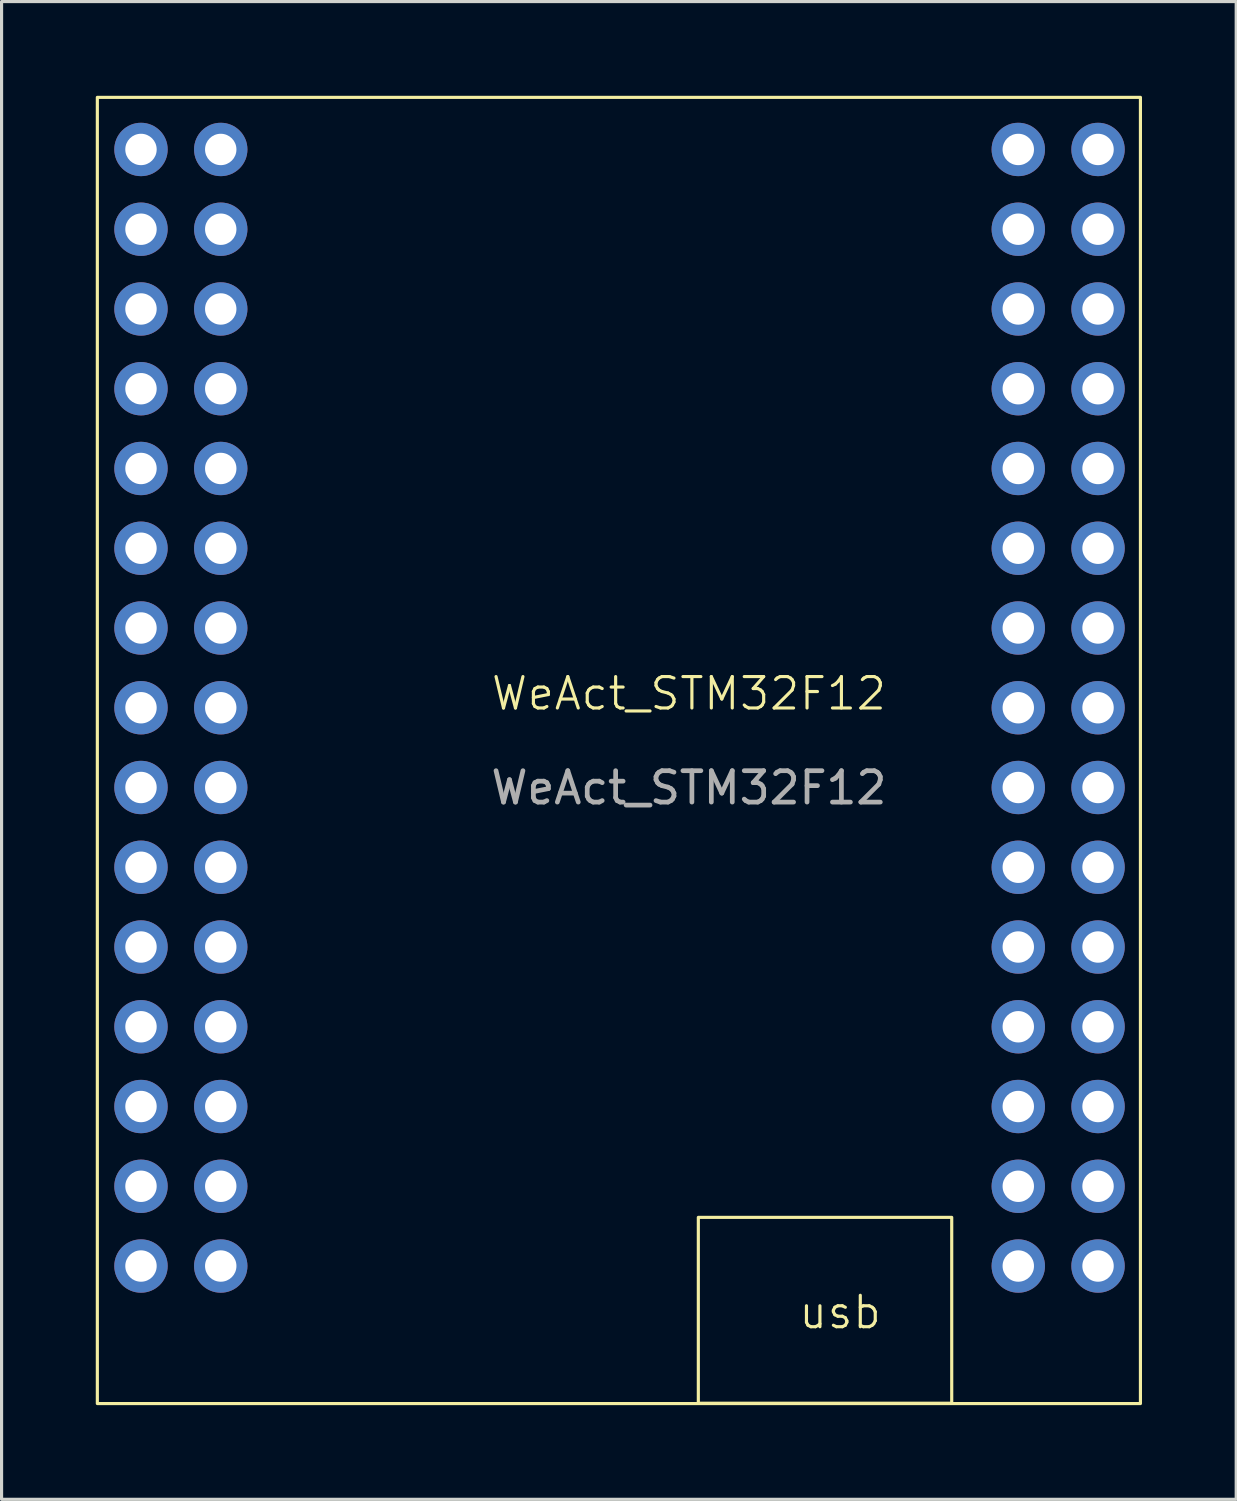
<source format=kicad_pcb>
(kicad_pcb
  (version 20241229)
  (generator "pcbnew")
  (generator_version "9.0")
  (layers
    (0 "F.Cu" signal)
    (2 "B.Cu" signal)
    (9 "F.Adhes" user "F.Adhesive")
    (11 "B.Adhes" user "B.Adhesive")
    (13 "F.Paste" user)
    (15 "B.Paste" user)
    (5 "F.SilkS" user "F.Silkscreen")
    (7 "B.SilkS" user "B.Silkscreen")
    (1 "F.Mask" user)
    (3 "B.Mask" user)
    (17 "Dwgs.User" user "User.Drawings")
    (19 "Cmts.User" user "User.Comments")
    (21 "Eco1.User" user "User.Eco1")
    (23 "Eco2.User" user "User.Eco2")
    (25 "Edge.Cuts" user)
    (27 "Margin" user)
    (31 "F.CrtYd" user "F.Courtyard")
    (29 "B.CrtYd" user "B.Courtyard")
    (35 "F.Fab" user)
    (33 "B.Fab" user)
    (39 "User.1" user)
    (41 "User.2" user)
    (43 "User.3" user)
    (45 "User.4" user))
  (footprint "WeAct_STM32F12"
    (layer "F.Cu")
    (at 17.69 19.67)
    (property "Reference" "WeAct_STM32F12" (at 1.2 -0.63 0) (unlocked yes) (layer "F.SilkS") (effects (font (size 1 1) (thickness 0.1))))
    (attr smd)
    (fp_rect (start -17.64 -19.62) (end 15.58 21.98) (stroke (width 0.1) (type solid)) (fill no) (layer "F.SilkS"))
    (fp_rect (start 1.5 16.05) (end 9.57 21.97) (stroke (width 0.1) (type default)) (fill no) (layer "F.SilkS"))
    (fp_text user "usb" (at 4.64 19.66 0) (unlocked yes) (layer "F.SilkS") (effects (font (size 1 1) (thickness 0.1)) (justify left bottom)))
    (fp_text user "${REFERENCE}" (at 1.2 2.37 0) (unlocked yes) (layer "F.Fab") (effects (font (size 1 1) (thickness 0.15))))
    (pad "1" thru_hole circle (at -16.25 -17.96) (size 1.7 1.7) (drill 1) (layers "*.Cu" "*.Mask"))
    (pad "2" thru_hole circle (at -13.71 -17.96) (size 1.7 1.7) (drill 1) (layers "*.Cu" "*.Mask"))
    (pad "3" thru_hole circle (at -16.25 -15.42) (size 1.7 1.7) (drill 1) (layers "*.Cu" "*.Mask"))
    (pad "4" thru_hole circle (at -13.71 -15.42) (size 1.7 1.7) (drill 1) (layers "*.Cu" "*.Mask"))
    (pad "5" thru_hole circle (at -16.25 -12.88) (size 1.7 1.7) (drill 1) (layers "*.Cu" "*.Mask"))
    (pad "6" thru_hole circle (at -13.71 -12.88) (size 1.7 1.7) (drill 1) (layers "*.Cu" "*.Mask"))
    (pad "7" thru_hole circle (at -16.25 -10.34) (size 1.7 1.7) (drill 1) (layers "*.Cu" "*.Mask"))
    (pad "8" thru_hole circle (at -13.71 -10.34) (size 1.7 1.7) (drill 1) (layers "*.Cu" "*.Mask"))
    (pad "9" thru_hole circle (at -16.25 -7.8) (size 1.7 1.7) (drill 1) (layers "*.Cu" "*.Mask"))
    (pad "10" thru_hole circle (at -13.71 -7.8) (size 1.7 1.7) (drill 1) (layers "*.Cu" "*.Mask"))
    (pad "11" thru_hole circle (at -16.25 -5.26) (size 1.7 1.7) (drill 1) (layers "*.Cu" "*.Mask"))
    (pad "12" thru_hole circle (at -13.71 -5.26) (size 1.7 1.7) (drill 1) (layers "*.Cu" "*.Mask"))
    (pad "13" thru_hole circle (at -16.25 -2.72) (size 1.7 1.7) (drill 1) (layers "*.Cu" "*.Mask"))
    (pad "14" thru_hole circle (at -13.71 -2.72) (size 1.7 1.7) (drill 1) (layers "*.Cu" "*.Mask"))
    (pad "15" thru_hole circle (at -16.25 -0.18) (size 1.7 1.7) (drill 1) (layers "*.Cu" "*.Mask"))
    (pad "16" thru_hole circle (at -13.71 -0.18) (size 1.7 1.7) (drill 1) (layers "*.Cu" "*.Mask"))
    (pad "17" thru_hole circle (at -16.25 2.36) (size 1.7 1.7) (drill 1) (layers "*.Cu" "*.Mask"))
    (pad "18" thru_hole circle (at -13.71 2.36) (size 1.7 1.7) (drill 1) (layers "*.Cu" "*.Mask"))
    (pad "19" thru_hole circle (at -16.25 4.9) (size 1.7 1.7) (drill 1) (layers "*.Cu" "*.Mask"))
    (pad "20" thru_hole circle (at -13.71 4.9) (size 1.7 1.7) (drill 1) (layers "*.Cu" "*.Mask"))
    (pad "21" thru_hole circle (at -16.25 7.44) (size 1.7 1.7) (drill 1) (layers "*.Cu" "*.Mask"))
    (pad "22" thru_hole circle (at -13.71 7.44) (size 1.7 1.7) (drill 1) (layers "*.Cu" "*.Mask"))
    (pad "23" thru_hole circle (at -16.25 9.98) (size 1.7 1.7) (drill 1) (layers "*.Cu" "*.Mask"))
    (pad "24" thru_hole circle (at -13.71 9.98) (size 1.7 1.7) (drill 1) (layers "*.Cu" "*.Mask"))
    (pad "25" thru_hole circle (at -16.25 12.52) (size 1.7 1.7) (drill 1) (layers "*.Cu" "*.Mask"))
    (pad "26" thru_hole circle (at -13.71 12.52) (size 1.7 1.7) (drill 1) (layers "*.Cu" "*.Mask"))
    (pad "27" thru_hole circle (at -16.25 15.06) (size 1.7 1.7) (drill 1) (layers "*.Cu" "*.Mask"))
    (pad "28" thru_hole circle (at -13.71 15.06) (size 1.7 1.7) (drill 1) (layers "*.Cu" "*.Mask"))
    (pad "29" thru_hole circle (at -16.25 17.6) (size 1.7 1.7) (drill 1) (layers "*.Cu" "*.Mask"))
    (pad "30" thru_hole circle (at -13.71 17.6) (size 1.7 1.7) (drill 1) (layers "*.Cu" "*.Mask"))
    (pad "31" thru_hole circle (at 11.69 -17.96) (size 1.7 1.7) (drill 1) (layers "*.Cu" "*.Mask"))
    (pad "32" thru_hole circle (at 14.23 -17.96) (size 1.7 1.7) (drill 1) (layers "*.Cu" "*.Mask"))
    (pad "33" thru_hole circle (at 11.69 -15.42) (size 1.7 1.7) (drill 1) (layers "*.Cu" "*.Mask"))
    (pad "34" thru_hole circle (at 14.23 -15.42) (size 1.7 1.7) (drill 1) (layers "*.Cu" "*.Mask"))
    (pad "35" thru_hole circle (at 11.69 -12.88) (size 1.7 1.7) (drill 1) (layers "*.Cu" "*.Mask"))
    (pad "36" thru_hole circle (at 14.23 -12.88) (size 1.7 1.7) (drill 1) (layers "*.Cu" "*.Mask"))
    (pad "37" thru_hole circle (at 11.69 -10.34) (size 1.7 1.7) (drill 1) (layers "*.Cu" "*.Mask"))
    (pad "38" thru_hole circle (at 14.23 -10.34) (size 1.7 1.7) (drill 1) (layers "*.Cu" "*.Mask"))
    (pad "39" thru_hole circle (at 11.69 -7.8) (size 1.7 1.7) (drill 1) (layers "*.Cu" "*.Mask"))
    (pad "40" thru_hole circle (at 14.23 -7.8) (size 1.7 1.7) (drill 1) (layers "*.Cu" "*.Mask"))
    (pad "41" thru_hole circle (at 11.69 -5.26) (size 1.7 1.7) (drill 1) (layers "*.Cu" "*.Mask"))
    (pad "42" thru_hole circle (at 14.23 -5.26) (size 1.7 1.7) (drill 1) (layers "*.Cu" "*.Mask"))
    (pad "43" thru_hole circle (at 11.69 -2.72) (size 1.7 1.7) (drill 1) (layers "*.Cu" "*.Mask"))
    (pad "44" thru_hole circle (at 14.23 -2.72) (size 1.7 1.7) (drill 1) (layers "*.Cu" "*.Mask"))
    (pad "45" thru_hole circle (at 11.69 -0.18) (size 1.7 1.7) (drill 1) (layers "*.Cu" "*.Mask"))
    (pad "46" thru_hole circle (at 14.23 -0.18) (size 1.7 1.7) (drill 1) (layers "*.Cu" "*.Mask"))
    (pad "47" thru_hole circle (at 11.69 2.36) (size 1.7 1.7) (drill 1) (layers "*.Cu" "*.Mask"))
    (pad "48" thru_hole circle (at 14.23 2.36) (size 1.7 1.7) (drill 1) (layers "*.Cu" "*.Mask"))
    (pad "49" thru_hole circle (at 11.69 4.9) (size 1.7 1.7) (drill 1) (layers "*.Cu" "*.Mask"))
    (pad "50" thru_hole circle (at 14.23 4.9) (size 1.7 1.7) (drill 1) (layers "*.Cu" "*.Mask"))
    (pad "51" thru_hole circle (at 11.69 7.44) (size 1.7 1.7) (drill 1) (layers "*.Cu" "*.Mask"))
    (pad "52" thru_hole circle (at 14.23 7.44) (size 1.7 1.7) (drill 1) (layers "*.Cu" "*.Mask"))
    (pad "53" thru_hole circle (at 11.69 9.98) (size 1.7 1.7) (drill 1) (layers "*.Cu" "*.Mask"))
    (pad "54" thru_hole circle (at 14.23 9.98) (size 1.7 1.7) (drill 1) (layers "*.Cu" "*.Mask"))
    (pad "55" thru_hole circle (at 11.69 12.52) (size 1.7 1.7) (drill 1) (layers "*.Cu" "*.Mask"))
    (pad "56" thru_hole circle (at 14.23 12.52) (size 1.7 1.7) (drill 1) (layers "*.Cu" "*.Mask"))
    (pad "57" thru_hole circle (at 11.69 15.06) (size 1.7 1.7) (drill 1) (layers "*.Cu" "*.Mask"))
    (pad "58" thru_hole circle (at 14.23 15.06) (size 1.7 1.7) (drill 1) (layers "*.Cu" "*.Mask"))
    (pad "59" thru_hole circle (at 11.69 17.6) (size 1.7 1.7) (drill 1) (layers "*.Cu" "*.Mask"))
    (pad "60" thru_hole circle (at 14.23 17.6) (size 1.7 1.7) (drill 1) (layers "*.Cu" "*.Mask")))
  (gr_rect
    (start -3 -3)
    (end 36.32 44.7)
    (stroke (width 0.1) (type default))
    (fill no)
    (layer "Edge.Cuts")))
</source>
